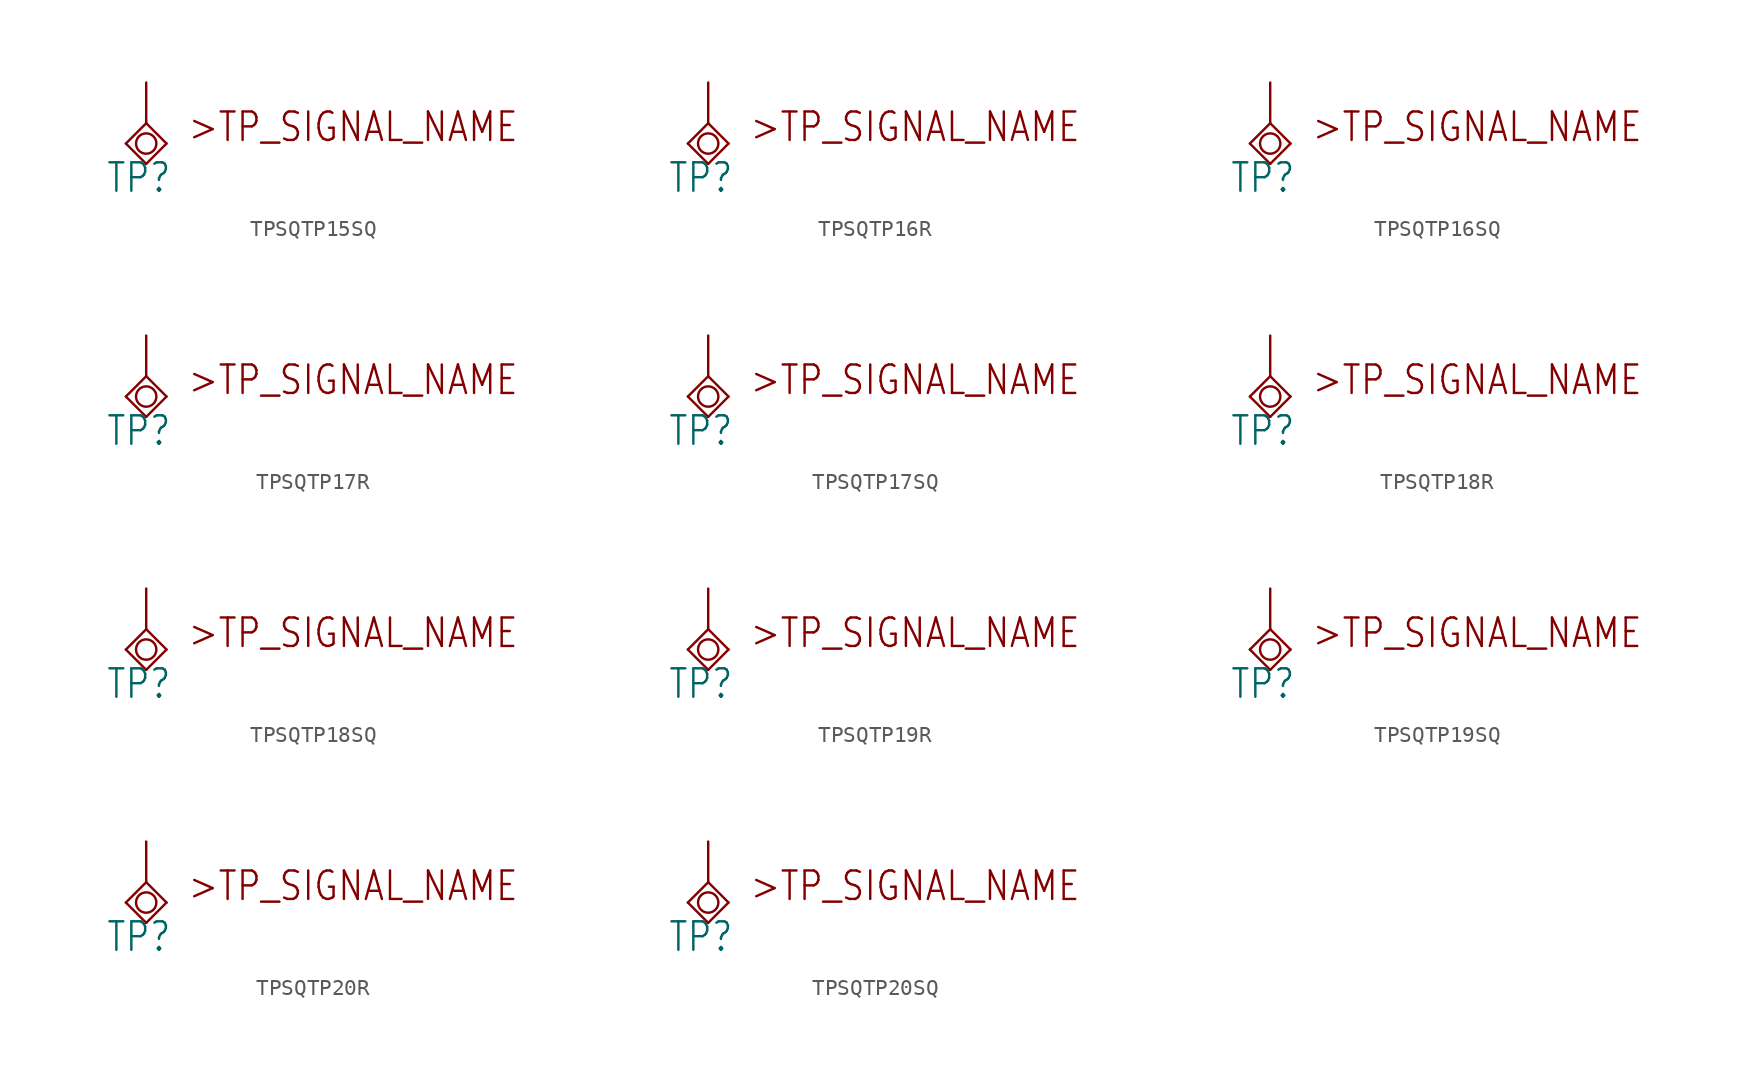
<source format=kicad_sym>
(kicad_symbol_lib
  (version 20211014)
  (generator kicad_symbol_editor)
  (symbol "TPSQTP15SQ"
    (property "Reference" "TP"
      (at -2.54 -4.445 0)
      (effects (font (size 1.778 1.511)) (justify left bottom)))
    (property "ki_locked" ""
      (at 0 0 0)
      (effects (font (size 1.27 1.27))))
    (symbol "TPSQTP15SQ_1_0"
      (circle (center 0 -1.27) (radius 0.635) (stroke (width 0.152) (type default) (color 0 0 0 0)) (fill (type none)))
      (polyline (pts (xy -1.27 -1.27) (xy 0 -2.54)) (stroke (width 0.152) (type default) (color 0 0 0 0)) (fill (type none)))
      (polyline (pts (xy 0 -2.54) (xy 1.27 -1.27)) (stroke (width 0.152) (type default) (color 0 0 0 0)) (fill (type none)))
      (polyline (pts (xy 0 0) (xy -1.27 -1.27)) (stroke (width 0.152) (type default) (color 0 0 0 0)) (fill (type none)))
      (polyline (pts (xy 1.27 -1.27) (xy 0 0)) (stroke (width 0.152) (type default) (color 0 0 0 0)) (fill (type none)))
      (text ">TP_SIGNAL_NAME" (at 2.54 -1.27 0) (effects (font (size 1.778 1.511)) (justify left bottom)))
      (pin input line (at 0 2.54 270) (length 2.54) (name "TP" (effects (font (size 0 0)))) (number "TP" (effects (font (size 0 0)))))))
  (symbol "TPSQTP16R"
    (property "Reference" "TP"
      (at -2.54 -4.445 0)
      (effects (font (size 1.778 1.511)) (justify left bottom)))
    (property "ki_locked" ""
      (at 0 0 0)
      (effects (font (size 1.27 1.27))))
    (symbol "TPSQTP16R_1_0"
      (circle (center 0 -1.27) (radius 0.635) (stroke (width 0.152) (type default) (color 0 0 0 0)) (fill (type none)))
      (polyline (pts (xy -1.27 -1.27) (xy 0 -2.54)) (stroke (width 0.152) (type default) (color 0 0 0 0)) (fill (type none)))
      (polyline (pts (xy 0 -2.54) (xy 1.27 -1.27)) (stroke (width 0.152) (type default) (color 0 0 0 0)) (fill (type none)))
      (polyline (pts (xy 0 0) (xy -1.27 -1.27)) (stroke (width 0.152) (type default) (color 0 0 0 0)) (fill (type none)))
      (polyline (pts (xy 1.27 -1.27) (xy 0 0)) (stroke (width 0.152) (type default) (color 0 0 0 0)) (fill (type none)))
      (text ">TP_SIGNAL_NAME" (at 2.54 -1.27 0) (effects (font (size 1.778 1.511)) (justify left bottom)))
      (pin input line (at 0 2.54 270) (length 2.54) (name "TP" (effects (font (size 0 0)))) (number "TP" (effects (font (size 0 0)))))))
  (symbol "TPSQTP16SQ"
    (property "Reference" "TP"
      (at -2.54 -4.445 0)
      (effects (font (size 1.778 1.511)) (justify left bottom)))
    (property "ki_locked" ""
      (at 0 0 0)
      (effects (font (size 1.27 1.27))))
    (symbol "TPSQTP16SQ_1_0"
      (circle (center 0 -1.27) (radius 0.635) (stroke (width 0.152) (type default) (color 0 0 0 0)) (fill (type none)))
      (polyline (pts (xy -1.27 -1.27) (xy 0 -2.54)) (stroke (width 0.152) (type default) (color 0 0 0 0)) (fill (type none)))
      (polyline (pts (xy 0 -2.54) (xy 1.27 -1.27)) (stroke (width 0.152) (type default) (color 0 0 0 0)) (fill (type none)))
      (polyline (pts (xy 0 0) (xy -1.27 -1.27)) (stroke (width 0.152) (type default) (color 0 0 0 0)) (fill (type none)))
      (polyline (pts (xy 1.27 -1.27) (xy 0 0)) (stroke (width 0.152) (type default) (color 0 0 0 0)) (fill (type none)))
      (text ">TP_SIGNAL_NAME" (at 2.54 -1.27 0) (effects (font (size 1.778 1.511)) (justify left bottom)))
      (pin input line (at 0 2.54 270) (length 2.54) (name "TP" (effects (font (size 0 0)))) (number "TP" (effects (font (size 0 0)))))))
  (symbol "TPSQTP17R"
    (property "Reference" "TP"
      (at -2.54 -4.445 0)
      (effects (font (size 1.778 1.511)) (justify left bottom)))
    (property "ki_locked" ""
      (at 0 0 0)
      (effects (font (size 1.27 1.27))))
    (symbol "TPSQTP17R_1_0"
      (circle (center 0 -1.27) (radius 0.635) (stroke (width 0.152) (type default) (color 0 0 0 0)) (fill (type none)))
      (polyline (pts (xy -1.27 -1.27) (xy 0 -2.54)) (stroke (width 0.152) (type default) (color 0 0 0 0)) (fill (type none)))
      (polyline (pts (xy 0 -2.54) (xy 1.27 -1.27)) (stroke (width 0.152) (type default) (color 0 0 0 0)) (fill (type none)))
      (polyline (pts (xy 0 0) (xy -1.27 -1.27)) (stroke (width 0.152) (type default) (color 0 0 0 0)) (fill (type none)))
      (polyline (pts (xy 1.27 -1.27) (xy 0 0)) (stroke (width 0.152) (type default) (color 0 0 0 0)) (fill (type none)))
      (text ">TP_SIGNAL_NAME" (at 2.54 -1.27 0) (effects (font (size 1.778 1.511)) (justify left bottom)))
      (pin input line (at 0 2.54 270) (length 2.54) (name "TP" (effects (font (size 0 0)))) (number "TP" (effects (font (size 0 0)))))))
  (symbol "TPSQTP17SQ"
    (property "Reference" "TP"
      (at -2.54 -4.445 0)
      (effects (font (size 1.778 1.511)) (justify left bottom)))
    (property "ki_locked" ""
      (at 0 0 0)
      (effects (font (size 1.27 1.27))))
    (symbol "TPSQTP17SQ_1_0"
      (circle (center 0 -1.27) (radius 0.635) (stroke (width 0.152) (type default) (color 0 0 0 0)) (fill (type none)))
      (polyline (pts (xy -1.27 -1.27) (xy 0 -2.54)) (stroke (width 0.152) (type default) (color 0 0 0 0)) (fill (type none)))
      (polyline (pts (xy 0 -2.54) (xy 1.27 -1.27)) (stroke (width 0.152) (type default) (color 0 0 0 0)) (fill (type none)))
      (polyline (pts (xy 0 0) (xy -1.27 -1.27)) (stroke (width 0.152) (type default) (color 0 0 0 0)) (fill (type none)))
      (polyline (pts (xy 1.27 -1.27) (xy 0 0)) (stroke (width 0.152) (type default) (color 0 0 0 0)) (fill (type none)))
      (text ">TP_SIGNAL_NAME" (at 2.54 -1.27 0) (effects (font (size 1.778 1.511)) (justify left bottom)))
      (pin input line (at 0 2.54 270) (length 2.54) (name "TP" (effects (font (size 0 0)))) (number "TP" (effects (font (size 0 0)))))))
  (symbol "TPSQTP18R"
    (property "Reference" "TP"
      (at -2.54 -4.445 0)
      (effects (font (size 1.778 1.511)) (justify left bottom)))
    (property "ki_locked" ""
      (at 0 0 0)
      (effects (font (size 1.27 1.27))))
    (symbol "TPSQTP18R_1_0"
      (circle (center 0 -1.27) (radius 0.635) (stroke (width 0.152) (type default) (color 0 0 0 0)) (fill (type none)))
      (polyline (pts (xy -1.27 -1.27) (xy 0 -2.54)) (stroke (width 0.152) (type default) (color 0 0 0 0)) (fill (type none)))
      (polyline (pts (xy 0 -2.54) (xy 1.27 -1.27)) (stroke (width 0.152) (type default) (color 0 0 0 0)) (fill (type none)))
      (polyline (pts (xy 0 0) (xy -1.27 -1.27)) (stroke (width 0.152) (type default) (color 0 0 0 0)) (fill (type none)))
      (polyline (pts (xy 1.27 -1.27) (xy 0 0)) (stroke (width 0.152) (type default) (color 0 0 0 0)) (fill (type none)))
      (text ">TP_SIGNAL_NAME" (at 2.54 -1.27 0) (effects (font (size 1.778 1.511)) (justify left bottom)))
      (pin input line (at 0 2.54 270) (length 2.54) (name "TP" (effects (font (size 0 0)))) (number "TP" (effects (font (size 0 0)))))))
  (symbol "TPSQTP18SQ"
    (property "Reference" "TP"
      (at -2.54 -4.445 0)
      (effects (font (size 1.778 1.511)) (justify left bottom)))
    (property "ki_locked" ""
      (at 0 0 0)
      (effects (font (size 1.27 1.27))))
    (symbol "TPSQTP18SQ_1_0"
      (circle (center 0 -1.27) (radius 0.635) (stroke (width 0.152) (type default) (color 0 0 0 0)) (fill (type none)))
      (polyline (pts (xy -1.27 -1.27) (xy 0 -2.54)) (stroke (width 0.152) (type default) (color 0 0 0 0)) (fill (type none)))
      (polyline (pts (xy 0 -2.54) (xy 1.27 -1.27)) (stroke (width 0.152) (type default) (color 0 0 0 0)) (fill (type none)))
      (polyline (pts (xy 0 0) (xy -1.27 -1.27)) (stroke (width 0.152) (type default) (color 0 0 0 0)) (fill (type none)))
      (polyline (pts (xy 1.27 -1.27) (xy 0 0)) (stroke (width 0.152) (type default) (color 0 0 0 0)) (fill (type none)))
      (text ">TP_SIGNAL_NAME" (at 2.54 -1.27 0) (effects (font (size 1.778 1.511)) (justify left bottom)))
      (pin input line (at 0 2.54 270) (length 2.54) (name "TP" (effects (font (size 0 0)))) (number "TP" (effects (font (size 0 0)))))))
  (symbol "TPSQTP19R"
    (property "Reference" "TP"
      (at -2.54 -4.445 0)
      (effects (font (size 1.778 1.511)) (justify left bottom)))
    (property "ki_locked" ""
      (at 0 0 0)
      (effects (font (size 1.27 1.27))))
    (symbol "TPSQTP19R_1_0"
      (circle (center 0 -1.27) (radius 0.635) (stroke (width 0.152) (type default) (color 0 0 0 0)) (fill (type none)))
      (polyline (pts (xy -1.27 -1.27) (xy 0 -2.54)) (stroke (width 0.152) (type default) (color 0 0 0 0)) (fill (type none)))
      (polyline (pts (xy 0 -2.54) (xy 1.27 -1.27)) (stroke (width 0.152) (type default) (color 0 0 0 0)) (fill (type none)))
      (polyline (pts (xy 0 0) (xy -1.27 -1.27)) (stroke (width 0.152) (type default) (color 0 0 0 0)) (fill (type none)))
      (polyline (pts (xy 1.27 -1.27) (xy 0 0)) (stroke (width 0.152) (type default) (color 0 0 0 0)) (fill (type none)))
      (text ">TP_SIGNAL_NAME" (at 2.54 -1.27 0) (effects (font (size 1.778 1.511)) (justify left bottom)))
      (pin input line (at 0 2.54 270) (length 2.54) (name "TP" (effects (font (size 0 0)))) (number "TP" (effects (font (size 0 0)))))))
  (symbol "TPSQTP19SQ"
    (property "Reference" "TP"
      (at -2.54 -4.445 0)
      (effects (font (size 1.778 1.511)) (justify left bottom)))
    (property "ki_locked" ""
      (at 0 0 0)
      (effects (font (size 1.27 1.27))))
    (symbol "TPSQTP19SQ_1_0"
      (circle (center 0 -1.27) (radius 0.635) (stroke (width 0.152) (type default) (color 0 0 0 0)) (fill (type none)))
      (polyline (pts (xy -1.27 -1.27) (xy 0 -2.54)) (stroke (width 0.152) (type default) (color 0 0 0 0)) (fill (type none)))
      (polyline (pts (xy 0 -2.54) (xy 1.27 -1.27)) (stroke (width 0.152) (type default) (color 0 0 0 0)) (fill (type none)))
      (polyline (pts (xy 0 0) (xy -1.27 -1.27)) (stroke (width 0.152) (type default) (color 0 0 0 0)) (fill (type none)))
      (polyline (pts (xy 1.27 -1.27) (xy 0 0)) (stroke (width 0.152) (type default) (color 0 0 0 0)) (fill (type none)))
      (text ">TP_SIGNAL_NAME" (at 2.54 -1.27 0) (effects (font (size 1.778 1.511)) (justify left bottom)))
      (pin input line (at 0 2.54 270) (length 2.54) (name "TP" (effects (font (size 0 0)))) (number "TP" (effects (font (size 0 0)))))))
  (symbol "TPSQTP20R"
    (property "Reference" "TP"
      (at -2.54 -4.445 0)
      (effects (font (size 1.778 1.511)) (justify left bottom)))
    (property "ki_locked" ""
      (at 0 0 0)
      (effects (font (size 1.27 1.27))))
    (symbol "TPSQTP20R_1_0"
      (circle (center 0 -1.27) (radius 0.635) (stroke (width 0.152) (type default) (color 0 0 0 0)) (fill (type none)))
      (polyline (pts (xy -1.27 -1.27) (xy 0 -2.54)) (stroke (width 0.152) (type default) (color 0 0 0 0)) (fill (type none)))
      (polyline (pts (xy 0 -2.54) (xy 1.27 -1.27)) (stroke (width 0.152) (type default) (color 0 0 0 0)) (fill (type none)))
      (polyline (pts (xy 0 0) (xy -1.27 -1.27)) (stroke (width 0.152) (type default) (color 0 0 0 0)) (fill (type none)))
      (polyline (pts (xy 1.27 -1.27) (xy 0 0)) (stroke (width 0.152) (type default) (color 0 0 0 0)) (fill (type none)))
      (text ">TP_SIGNAL_NAME" (at 2.54 -1.27 0) (effects (font (size 1.778 1.511)) (justify left bottom)))
      (pin input line (at 0 2.54 270) (length 2.54) (name "TP" (effects (font (size 0 0)))) (number "TP" (effects (font (size 0 0)))))))
  (symbol "TPSQTP20SQ"
    (property "Reference" "TP"
      (at -2.54 -4.445 0)
      (effects (font (size 1.778 1.511)) (justify left bottom)))
    (property "ki_locked" ""
      (at 0 0 0)
      (effects (font (size 1.27 1.27))))
    (symbol "TPSQTP20SQ_1_0"
      (circle (center 0 -1.27) (radius 0.635) (stroke (width 0.152) (type default) (color 0 0 0 0)) (fill (type none)))
      (polyline (pts (xy -1.27 -1.27) (xy 0 -2.54)) (stroke (width 0.152) (type default) (color 0 0 0 0)) (fill (type none)))
      (polyline (pts (xy 0 -2.54) (xy 1.27 -1.27)) (stroke (width 0.152) (type default) (color 0 0 0 0)) (fill (type none)))
      (polyline (pts (xy 0 0) (xy -1.27 -1.27)) (stroke (width 0.152) (type default) (color 0 0 0 0)) (fill (type none)))
      (polyline (pts (xy 1.27 -1.27) (xy 0 0)) (stroke (width 0.152) (type default) (color 0 0 0 0)) (fill (type none)))
      (text ">TP_SIGNAL_NAME" (at 2.54 -1.27 0) (effects (font (size 1.778 1.511)) (justify left bottom)))
      (pin input line (at 0 2.54 270) (length 2.54) (name "TP" (effects (font (size 0 0)))) (number "TP" (effects (font (size 0 0))))))))
</source>
